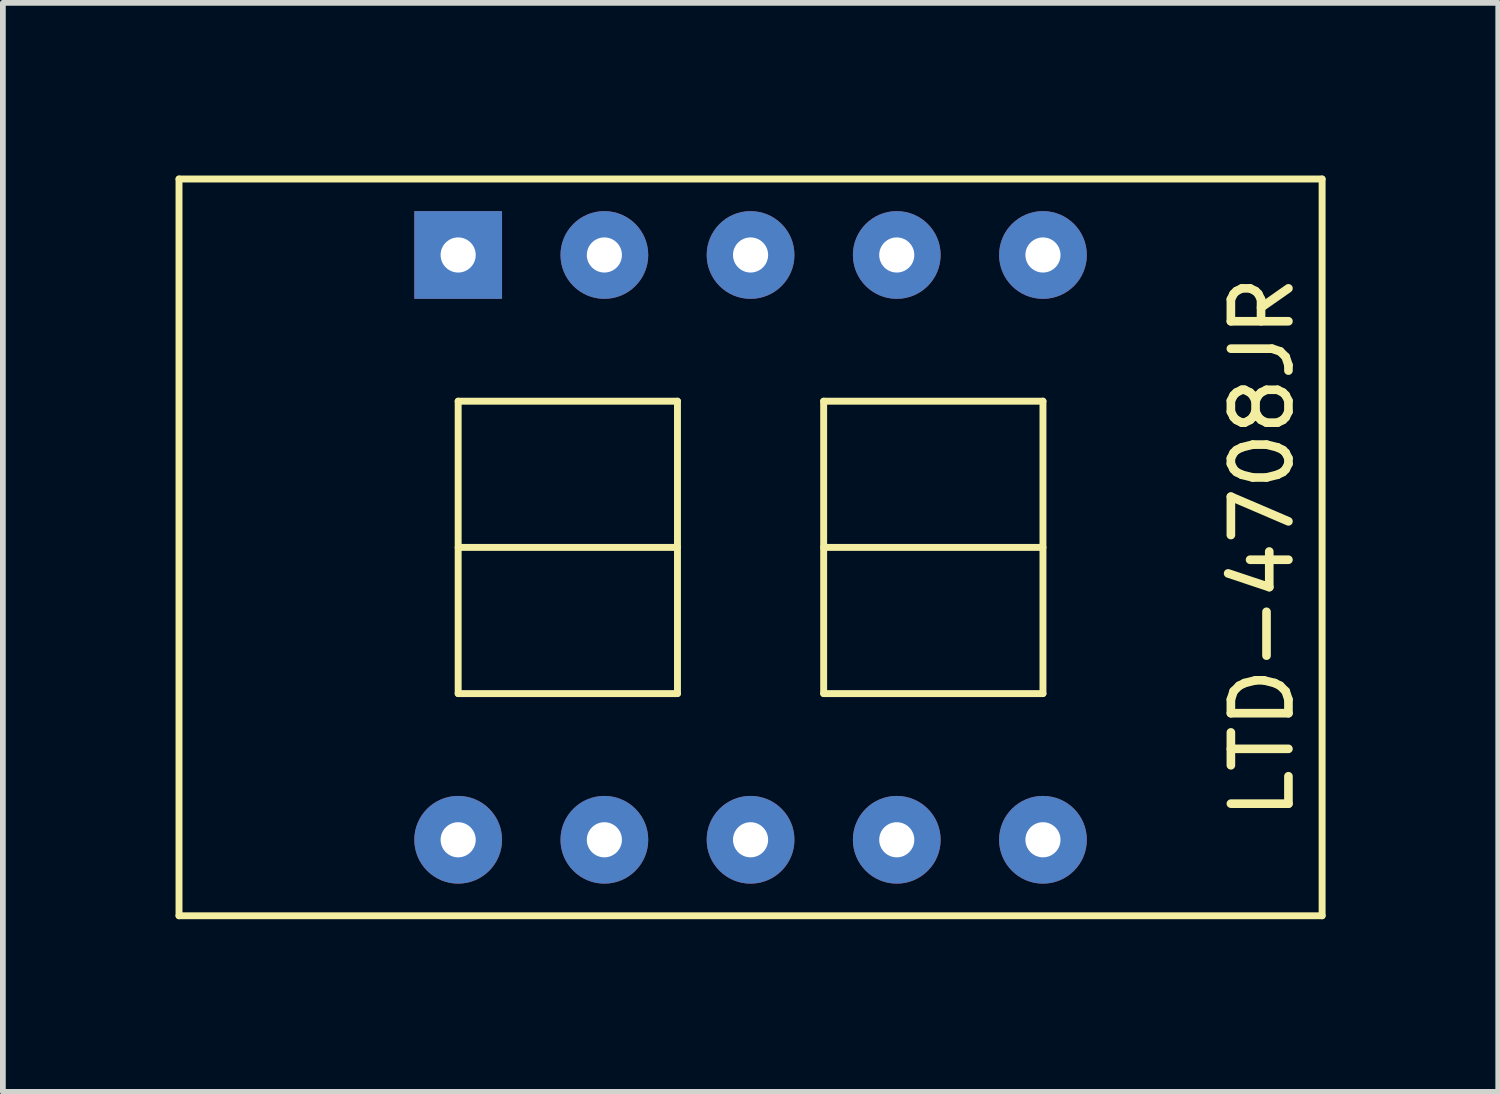
<source format=kicad_pcb>
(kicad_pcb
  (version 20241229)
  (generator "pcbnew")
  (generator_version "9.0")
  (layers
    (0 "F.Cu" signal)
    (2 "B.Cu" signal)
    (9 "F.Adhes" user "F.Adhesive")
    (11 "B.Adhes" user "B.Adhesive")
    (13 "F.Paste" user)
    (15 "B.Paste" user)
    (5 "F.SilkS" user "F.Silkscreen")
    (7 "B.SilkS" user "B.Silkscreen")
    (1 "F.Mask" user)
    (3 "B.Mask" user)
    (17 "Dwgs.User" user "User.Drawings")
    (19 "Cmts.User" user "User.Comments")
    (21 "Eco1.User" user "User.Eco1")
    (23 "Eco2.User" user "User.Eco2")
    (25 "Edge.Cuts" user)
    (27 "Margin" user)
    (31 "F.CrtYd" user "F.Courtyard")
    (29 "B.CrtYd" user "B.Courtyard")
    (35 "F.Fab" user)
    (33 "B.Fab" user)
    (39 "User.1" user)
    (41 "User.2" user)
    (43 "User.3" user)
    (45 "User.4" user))
  (footprint "LTD-4708JR"
    (layer "F.Cu")
    (at 9.99 6.46)
    (property "Reference" "LTD-4708JR" (at 8.89 0 270) (layer "F.SilkS") (effects (font (size 1 1) (thickness 0.15))))
    (attr through_hole)
    (fp_line (start -9.93 -6.4) (end 9.93 -6.4) (stroke (width 0.12) (type solid)) (layer "F.SilkS"))
    (fp_line (start -9.93 6.4) (end -9.93 -6.4) (stroke (width 0.12) (type solid)) (layer "F.SilkS"))
    (fp_line (start -9.93 6.4) (end 9.93 6.4) (stroke (width 0.12) (type solid)) (layer "F.SilkS"))
    (fp_line (start -5.08 -2.54) (end -5.08 2.54) (stroke (width 0.12) (type solid)) (layer "F.SilkS"))
    (fp_line (start -5.08 0) (end -1.27 0) (stroke (width 0.12) (type solid)) (layer "F.SilkS"))
    (fp_line (start -5.08 2.54) (end -1.27 2.54) (stroke (width 0.12) (type solid)) (layer "F.SilkS"))
    (fp_line (start -1.27 -2.54) (end -5.08 -2.54) (stroke (width 0.12) (type solid)) (layer "F.SilkS"))
    (fp_line (start -1.27 2.54) (end -1.27 -2.54) (stroke (width 0.12) (type solid)) (layer "F.SilkS"))
    (fp_line (start 1.27 -2.54) (end 1.27 2.54) (stroke (width 0.12) (type solid)) (layer "F.SilkS"))
    (fp_line (start 1.27 0) (end 5.08 0) (stroke (width 0.12) (type solid)) (layer "F.SilkS"))
    (fp_line (start 1.27 2.54) (end 5.08 2.54) (stroke (width 0.12) (type solid)) (layer "F.SilkS"))
    (fp_line (start 5.08 -2.54) (end 1.27 -2.54) (stroke (width 0.12) (type solid)) (layer "F.SilkS"))
    (fp_line (start 5.08 2.54) (end 5.08 -2.54) (stroke (width 0.12) (type solid)) (layer "F.SilkS"))
    (fp_line (start 9.93 -6.4) (end 9.93 6.4) (stroke (width 0.12) (type solid)) (layer "F.SilkS"))
    (pad "1" thru_hole rect (at -5.08 -5.08) (size 1.524 1.524) (drill 0.61) (layers "*.Cu" "*.Mask"))
    (pad "2" thru_hole circle (at -2.54 -5.08) (size 1.524 1.524) (drill 0.61) (layers "*.Cu" "*.Mask"))
    (pad "3" thru_hole circle (at 0 -5.08) (size 1.524 1.524) (drill 0.61) (layers "*.Cu" "*.Mask"))
    (pad "4" thru_hole circle (at 2.54 -5.08) (size 1.524 1.524) (drill 0.61) (layers "*.Cu" "*.Mask"))
    (pad "5" thru_hole circle (at 5.08 -5.08) (size 1.524 1.524) (drill 0.61) (layers "*.Cu" "*.Mask"))
    (pad "6" thru_hole circle (at 5.08 5.08) (size 1.524 1.524) (drill 0.61) (layers "*.Cu" "*.Mask"))
    (pad "7" thru_hole circle (at 2.54 5.08) (size 1.524 1.524) (drill 0.61) (layers "*.Cu" "*.Mask"))
    (pad "8" thru_hole circle (at 0 5.08) (size 1.524 1.524) (drill 0.61) (layers "*.Cu" "*.Mask"))
    (pad "9" thru_hole circle (at -2.54 5.08) (size 1.524 1.524) (drill 0.61) (layers "*.Cu" "*.Mask"))
    (pad "10" thru_hole circle (at -5.08 5.08) (size 1.524 1.524) (drill 0.61) (layers "*.Cu" "*.Mask")))
  (gr_rect
    (start -3 -3)
    (end 22.98 15.92)
    (stroke (width 0.1) (type default))
    (fill no)
    (layer "Edge.Cuts")))
</source>
